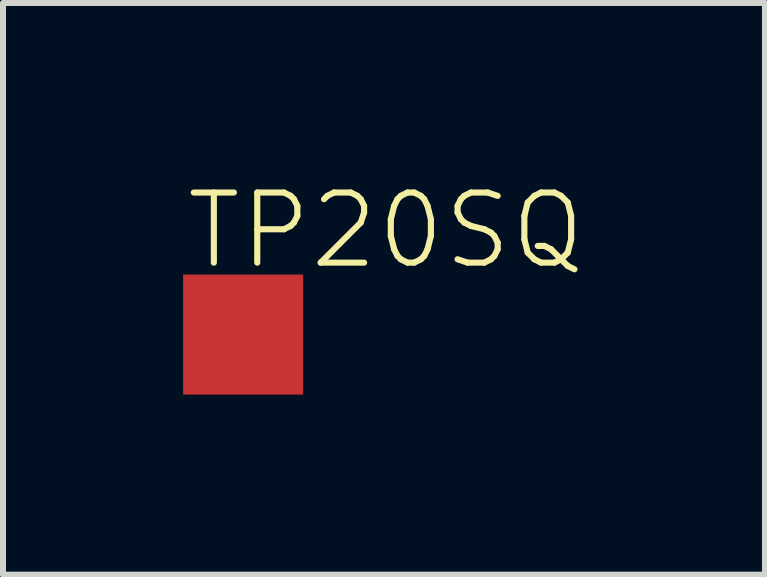
<source format=kicad_pcb>
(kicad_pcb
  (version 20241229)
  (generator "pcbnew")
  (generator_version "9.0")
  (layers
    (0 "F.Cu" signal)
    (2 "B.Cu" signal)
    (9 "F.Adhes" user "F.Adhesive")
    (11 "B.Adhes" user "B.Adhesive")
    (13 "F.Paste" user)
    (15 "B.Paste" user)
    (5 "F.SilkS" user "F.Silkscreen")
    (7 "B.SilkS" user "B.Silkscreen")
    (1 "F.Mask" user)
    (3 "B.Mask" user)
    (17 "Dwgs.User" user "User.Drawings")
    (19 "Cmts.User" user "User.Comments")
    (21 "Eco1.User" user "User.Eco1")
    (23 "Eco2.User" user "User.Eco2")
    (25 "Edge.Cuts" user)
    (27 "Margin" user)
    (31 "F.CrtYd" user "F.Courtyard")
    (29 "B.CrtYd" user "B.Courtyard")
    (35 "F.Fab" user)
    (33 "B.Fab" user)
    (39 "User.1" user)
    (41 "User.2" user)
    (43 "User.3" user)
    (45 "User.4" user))
  (footprint "TP20SQ"
    (layer "F.Cu")
    (at 1 2.523)
    (property "Reference" "TP20SQ" (at -1 -1.05 0) (layer "F.SilkS") (effects (font (size 1.168 1.168) (thickness 0.102)) (justify left bottom)))
    (pad "1" smd rect (at 0 0) (size 2 2) (layers "F.Cu" "F.Mask")))
  (gr_rect
    (start -3 -3)
    (end 9.692 6.523)
    (stroke (width 0.1) (type default))
    (fill no)
    (layer "Edge.Cuts")))
</source>
